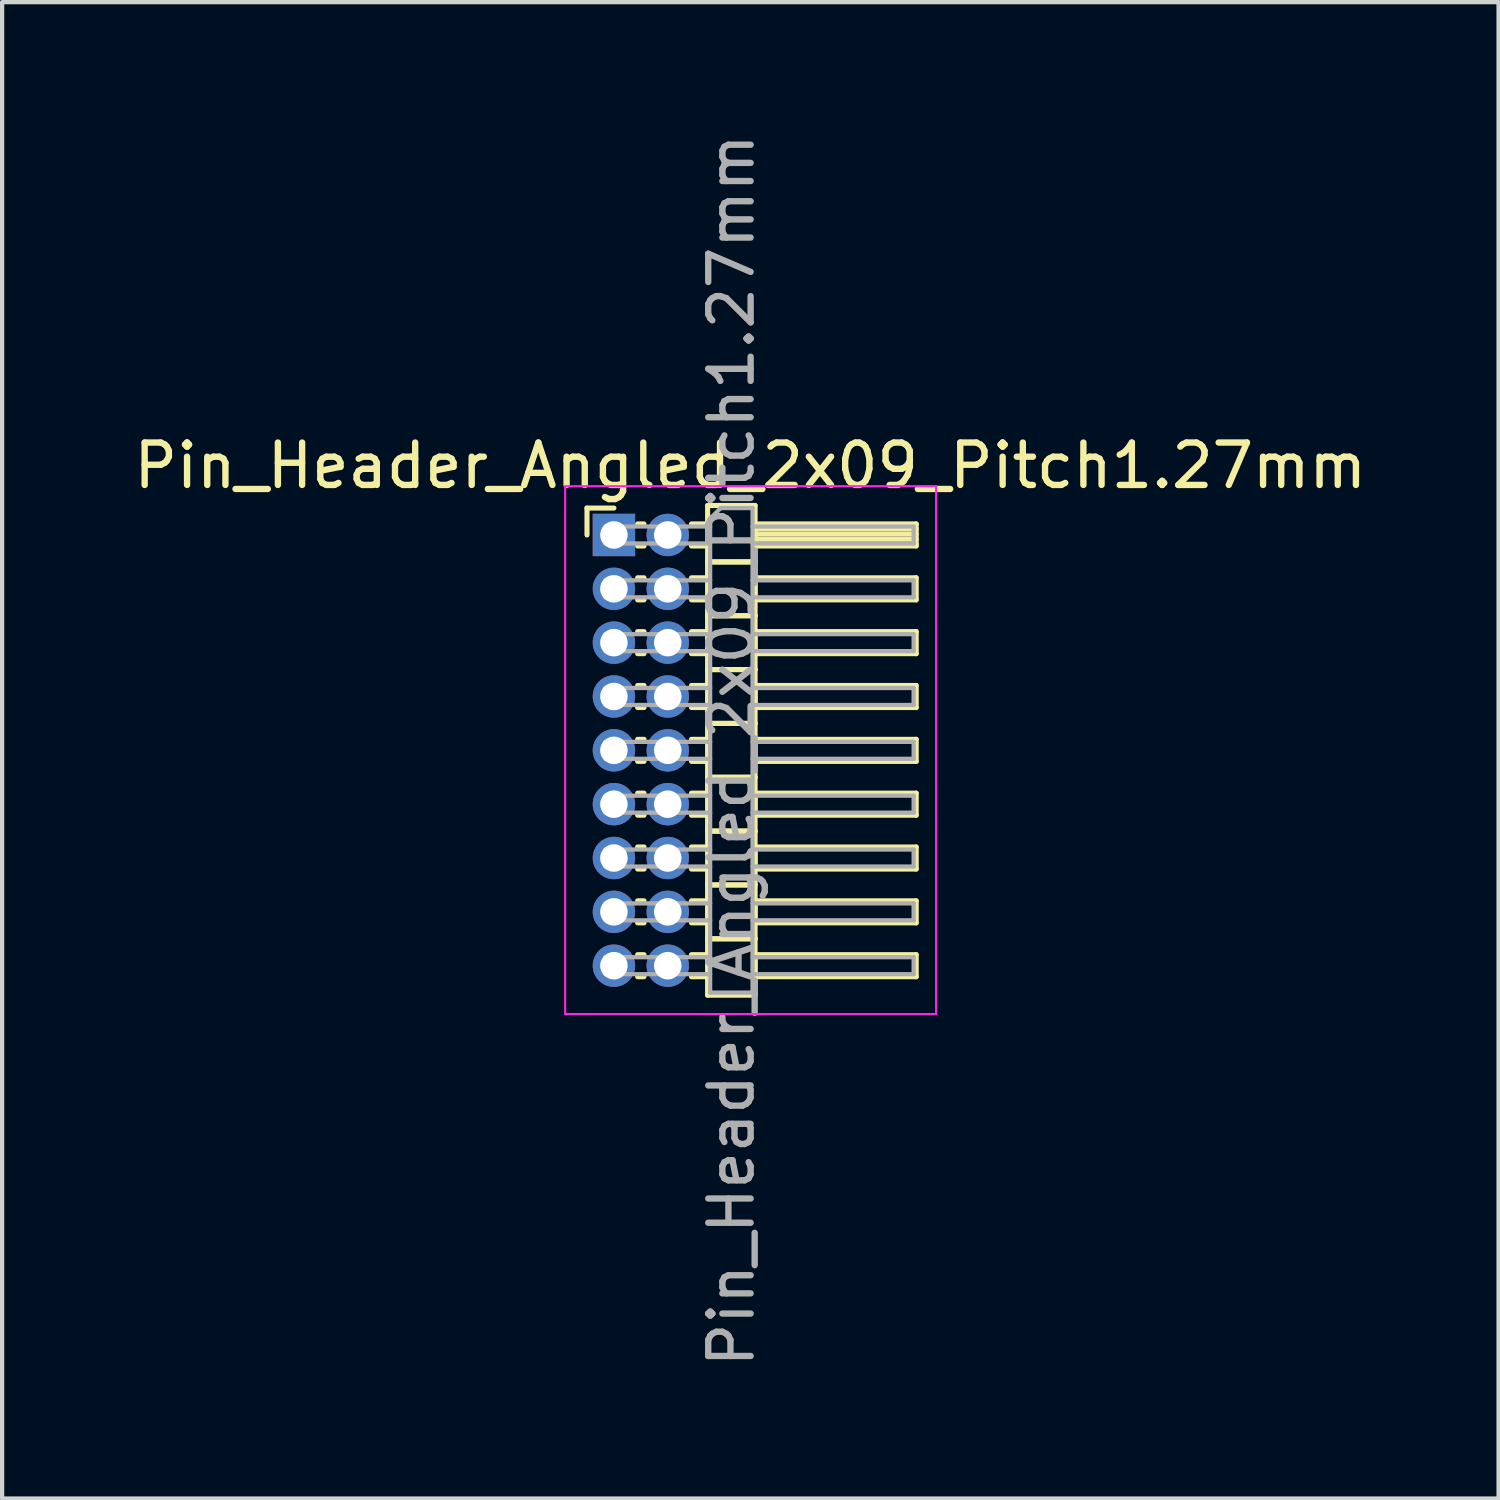
<source format=kicad_pcb>
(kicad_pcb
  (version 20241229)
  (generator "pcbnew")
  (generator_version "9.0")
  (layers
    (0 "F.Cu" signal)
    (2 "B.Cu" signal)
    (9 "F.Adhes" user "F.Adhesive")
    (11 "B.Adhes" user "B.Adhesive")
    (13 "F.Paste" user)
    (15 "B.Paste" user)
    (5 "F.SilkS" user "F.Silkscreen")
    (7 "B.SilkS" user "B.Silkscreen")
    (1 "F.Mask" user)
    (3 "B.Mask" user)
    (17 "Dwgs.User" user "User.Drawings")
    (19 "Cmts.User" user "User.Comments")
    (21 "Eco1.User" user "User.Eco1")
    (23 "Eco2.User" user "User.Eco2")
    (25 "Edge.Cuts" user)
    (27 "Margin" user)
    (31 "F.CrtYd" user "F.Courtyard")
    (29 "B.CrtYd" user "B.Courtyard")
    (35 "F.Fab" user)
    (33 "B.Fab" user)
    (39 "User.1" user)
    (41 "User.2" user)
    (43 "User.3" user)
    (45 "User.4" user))
  (footprint "Pin_Header_Angled_2x09_Pitch1.27mm"
    (layer "F.Cu")
    (at 11.431 9.569)
    (property "Reference" "Pin_Header_Angled_2x09_Pitch1.27mm" (at 3.217 -1.635 0) (layer "F.SilkS") (effects (font (size 1 1) (thickness 0.15))))
    (attr through_hole)
    (fp_line (start -0.635 -0.635) (end 0 -0.635) (stroke (width 0.12) (type solid)) (layer "F.SilkS"))
    (fp_line (start -0.635 0) (end -0.635 -0.635) (stroke (width 0.12) (type solid)) (layer "F.SilkS"))
    (fp_line (start 0.56 -0.26) (end 0.71 -0.26) (stroke (width 0.12) (type solid)) (layer "F.SilkS"))
    (fp_line (start 0.56 0.26) (end 0.71 0.26) (stroke (width 0.12) (type solid)) (layer "F.SilkS"))
    (fp_line (start 0.56 1.01) (end 0.71 1.01) (stroke (width 0.12) (type solid)) (layer "F.SilkS"))
    (fp_line (start 0.56 1.53) (end 0.71 1.53) (stroke (width 0.12) (type solid)) (layer "F.SilkS"))
    (fp_line (start 0.56 2.28) (end 0.71 2.28) (stroke (width 0.12) (type solid)) (layer "F.SilkS"))
    (fp_line (start 0.56 2.8) (end 0.71 2.8) (stroke (width 0.12) (type solid)) (layer "F.SilkS"))
    (fp_line (start 0.56 3.55) (end 0.71 3.55) (stroke (width 0.12) (type solid)) (layer "F.SilkS"))
    (fp_line (start 0.56 4.07) (end 0.71 4.07) (stroke (width 0.12) (type solid)) (layer "F.SilkS"))
    (fp_line (start 0.56 4.82) (end 0.71 4.82) (stroke (width 0.12) (type solid)) (layer "F.SilkS"))
    (fp_line (start 0.56 5.34) (end 0.71 5.34) (stroke (width 0.12) (type solid)) (layer "F.SilkS"))
    (fp_line (start 0.56 6.09) (end 0.71 6.09) (stroke (width 0.12) (type solid)) (layer "F.SilkS"))
    (fp_line (start 0.56 6.61) (end 0.71 6.61) (stroke (width 0.12) (type solid)) (layer "F.SilkS"))
    (fp_line (start 0.56 7.36) (end 0.71 7.36) (stroke (width 0.12) (type solid)) (layer "F.SilkS"))
    (fp_line (start 0.56 7.88) (end 0.71 7.88) (stroke (width 0.12) (type solid)) (layer "F.SilkS"))
    (fp_line (start 0.56 8.63) (end 0.71 8.63) (stroke (width 0.12) (type solid)) (layer "F.SilkS"))
    (fp_line (start 0.56 9.15) (end 0.71 9.15) (stroke (width 0.12) (type solid)) (layer "F.SilkS"))
    (fp_line (start 0.56 9.9) (end 0.71 9.9) (stroke (width 0.12) (type solid)) (layer "F.SilkS"))
    (fp_line (start 0.56 10.42) (end 0.71 10.42) (stroke (width 0.12) (type solid)) (layer "F.SilkS"))
    (fp_line (start 1.83 -0.26) (end 2.21 -0.26) (stroke (width 0.12) (type solid)) (layer "F.SilkS"))
    (fp_line (start 1.83 0.26) (end 2.21 0.26) (stroke (width 0.12) (type solid)) (layer "F.SilkS"))
    (fp_line (start 1.83 1.01) (end 2.21 1.01) (stroke (width 0.12) (type solid)) (layer "F.SilkS"))
    (fp_line (start 1.83 1.53) (end 2.21 1.53) (stroke (width 0.12) (type solid)) (layer "F.SilkS"))
    (fp_line (start 1.83 2.28) (end 2.21 2.28) (stroke (width 0.12) (type solid)) (layer "F.SilkS"))
    (fp_line (start 1.83 2.8) (end 2.21 2.8) (stroke (width 0.12) (type solid)) (layer "F.SilkS"))
    (fp_line (start 1.83 3.55) (end 2.21 3.55) (stroke (width 0.12) (type solid)) (layer "F.SilkS"))
    (fp_line (start 1.83 4.07) (end 2.21 4.07) (stroke (width 0.12) (type solid)) (layer "F.SilkS"))
    (fp_line (start 1.83 4.82) (end 2.21 4.82) (stroke (width 0.12) (type solid)) (layer "F.SilkS"))
    (fp_line (start 1.83 5.34) (end 2.21 5.34) (stroke (width 0.12) (type solid)) (layer "F.SilkS"))
    (fp_line (start 1.83 6.09) (end 2.21 6.09) (stroke (width 0.12) (type solid)) (layer "F.SilkS"))
    (fp_line (start 1.83 6.61) (end 2.21 6.61) (stroke (width 0.12) (type solid)) (layer "F.SilkS"))
    (fp_line (start 1.83 7.36) (end 2.21 7.36) (stroke (width 0.12) (type solid)) (layer "F.SilkS"))
    (fp_line (start 1.83 7.88) (end 2.21 7.88) (stroke (width 0.12) (type solid)) (layer "F.SilkS"))
    (fp_line (start 1.83 8.63) (end 2.21 8.63) (stroke (width 0.12) (type solid)) (layer "F.SilkS"))
    (fp_line (start 1.83 9.15) (end 2.21 9.15) (stroke (width 0.12) (type solid)) (layer "F.SilkS"))
    (fp_line (start 1.83 9.9) (end 2.21 9.9) (stroke (width 0.12) (type solid)) (layer "F.SilkS"))
    (fp_line (start 1.83 10.42) (end 2.21 10.42) (stroke (width 0.12) (type solid)) (layer "F.SilkS"))
    (fp_line (start 2.21 -0.695) (end 2.21 0.635) (stroke (width 0.12) (type solid)) (layer "F.SilkS"))
    (fp_line (start 2.21 0.635) (end 2.21 1.905) (stroke (width 0.12) (type solid)) (layer "F.SilkS"))
    (fp_line (start 2.21 0.635) (end 3.33 0.635) (stroke (width 0.12) (type solid)) (layer "F.SilkS"))
    (fp_line (start 2.21 1.905) (end 2.21 3.175) (stroke (width 0.12) (type solid)) (layer "F.SilkS"))
    (fp_line (start 2.21 1.905) (end 3.33 1.905) (stroke (width 0.12) (type solid)) (layer "F.SilkS"))
    (fp_line (start 2.21 3.175) (end 2.21 4.445) (stroke (width 0.12) (type solid)) (layer "F.SilkS"))
    (fp_line (start 2.21 3.175) (end 3.33 3.175) (stroke (width 0.12) (type solid)) (layer "F.SilkS"))
    (fp_line (start 2.21 4.445) (end 2.21 5.715) (stroke (width 0.12) (type solid)) (layer "F.SilkS"))
    (fp_line (start 2.21 4.445) (end 3.33 4.445) (stroke (width 0.12) (type solid)) (layer "F.SilkS"))
    (fp_line (start 2.21 5.715) (end 2.21 6.985) (stroke (width 0.12) (type solid)) (layer "F.SilkS"))
    (fp_line (start 2.21 5.715) (end 3.33 5.715) (stroke (width 0.12) (type solid)) (layer "F.SilkS"))
    (fp_line (start 2.21 6.985) (end 2.21 8.255) (stroke (width 0.12) (type solid)) (layer "F.SilkS"))
    (fp_line (start 2.21 6.985) (end 3.33 6.985) (stroke (width 0.12) (type solid)) (layer "F.SilkS"))
    (fp_line (start 2.21 8.255) (end 2.21 9.525) (stroke (width 0.12) (type solid)) (layer "F.SilkS"))
    (fp_line (start 2.21 8.255) (end 3.33 8.255) (stroke (width 0.12) (type solid)) (layer "F.SilkS"))
    (fp_line (start 2.21 9.525) (end 2.21 10.855) (stroke (width 0.12) (type solid)) (layer "F.SilkS"))
    (fp_line (start 2.21 9.525) (end 3.33 9.525) (stroke (width 0.12) (type solid)) (layer "F.SilkS"))
    (fp_line (start 2.21 10.855) (end 3.33 10.855) (stroke (width 0.12) (type solid)) (layer "F.SilkS"))
    (fp_line (start 3.33 -0.695) (end 2.21 -0.695) (stroke (width 0.12) (type solid)) (layer "F.SilkS"))
    (fp_line (start 3.33 -0.26) (end 3.33 0.26) (stroke (width 0.12) (type solid)) (layer "F.SilkS"))
    (fp_line (start 3.33 -0.14) (end 7.13 -0.14) (stroke (width 0.12) (type solid)) (layer "F.SilkS"))
    (fp_line (start 3.33 -0.02) (end 7.13 -0.02) (stroke (width 0.12) (type solid)) (layer "F.SilkS"))
    (fp_line (start 3.33 0.1) (end 7.13 0.1) (stroke (width 0.12) (type solid)) (layer "F.SilkS"))
    (fp_line (start 3.33 0.22) (end 7.13 0.22) (stroke (width 0.12) (type solid)) (layer "F.SilkS"))
    (fp_line (start 3.33 0.26) (end 7.13 0.26) (stroke (width 0.12) (type solid)) (layer "F.SilkS"))
    (fp_line (start 3.33 0.635) (end 2.21 0.635) (stroke (width 0.12) (type solid)) (layer "F.SilkS"))
    (fp_line (start 3.33 0.635) (end 3.33 -0.695) (stroke (width 0.12) (type solid)) (layer "F.SilkS"))
    (fp_line (start 3.33 1.01) (end 3.33 1.53) (stroke (width 0.12) (type solid)) (layer "F.SilkS"))
    (fp_line (start 3.33 1.53) (end 7.13 1.53) (stroke (width 0.12) (type solid)) (layer "F.SilkS"))
    (fp_line (start 3.33 1.905) (end 2.21 1.905) (stroke (width 0.12) (type solid)) (layer "F.SilkS"))
    (fp_line (start 3.33 1.905) (end 3.33 0.635) (stroke (width 0.12) (type solid)) (layer "F.SilkS"))
    (fp_line (start 3.33 2.28) (end 3.33 2.8) (stroke (width 0.12) (type solid)) (layer "F.SilkS"))
    (fp_line (start 3.33 2.8) (end 7.13 2.8) (stroke (width 0.12) (type solid)) (layer "F.SilkS"))
    (fp_line (start 3.33 3.175) (end 2.21 3.175) (stroke (width 0.12) (type solid)) (layer "F.SilkS"))
    (fp_line (start 3.33 3.175) (end 3.33 1.905) (stroke (width 0.12) (type solid)) (layer "F.SilkS"))
    (fp_line (start 3.33 3.55) (end 3.33 4.07) (stroke (width 0.12) (type solid)) (layer "F.SilkS"))
    (fp_line (start 3.33 4.07) (end 7.13 4.07) (stroke (width 0.12) (type solid)) (layer "F.SilkS"))
    (fp_line (start 3.33 4.445) (end 2.21 4.445) (stroke (width 0.12) (type solid)) (layer "F.SilkS"))
    (fp_line (start 3.33 4.445) (end 3.33 3.175) (stroke (width 0.12) (type solid)) (layer "F.SilkS"))
    (fp_line (start 3.33 4.82) (end 3.33 5.34) (stroke (width 0.12) (type solid)) (layer "F.SilkS"))
    (fp_line (start 3.33 5.34) (end 7.13 5.34) (stroke (width 0.12) (type solid)) (layer "F.SilkS"))
    (fp_line (start 3.33 5.715) (end 2.21 5.715) (stroke (width 0.12) (type solid)) (layer "F.SilkS"))
    (fp_line (start 3.33 5.715) (end 3.33 4.445) (stroke (width 0.12) (type solid)) (layer "F.SilkS"))
    (fp_line (start 3.33 6.09) (end 3.33 6.61) (stroke (width 0.12) (type solid)) (layer "F.SilkS"))
    (fp_line (start 3.33 6.61) (end 7.13 6.61) (stroke (width 0.12) (type solid)) (layer "F.SilkS"))
    (fp_line (start 3.33 6.985) (end 2.21 6.985) (stroke (width 0.12) (type solid)) (layer "F.SilkS"))
    (fp_line (start 3.33 6.985) (end 3.33 5.715) (stroke (width 0.12) (type solid)) (layer "F.SilkS"))
    (fp_line (start 3.33 7.36) (end 3.33 7.88) (stroke (width 0.12) (type solid)) (layer "F.SilkS"))
    (fp_line (start 3.33 7.88) (end 7.13 7.88) (stroke (width 0.12) (type solid)) (layer "F.SilkS"))
    (fp_line (start 3.33 8.255) (end 2.21 8.255) (stroke (width 0.12) (type solid)) (layer "F.SilkS"))
    (fp_line (start 3.33 8.255) (end 3.33 6.985) (stroke (width 0.12) (type solid)) (layer "F.SilkS"))
    (fp_line (start 3.33 8.63) (end 3.33 9.15) (stroke (width 0.12) (type solid)) (layer "F.SilkS"))
    (fp_line (start 3.33 9.15) (end 7.13 9.15) (stroke (width 0.12) (type solid)) (layer "F.SilkS"))
    (fp_line (start 3.33 9.525) (end 2.21 9.525) (stroke (width 0.12) (type solid)) (layer "F.SilkS"))
    (fp_line (start 3.33 9.525) (end 3.33 8.255) (stroke (width 0.12) (type solid)) (layer "F.SilkS"))
    (fp_line (start 3.33 9.9) (end 3.33 10.42) (stroke (width 0.12) (type solid)) (layer "F.SilkS"))
    (fp_line (start 3.33 10.42) (end 7.13 10.42) (stroke (width 0.12) (type solid)) (layer "F.SilkS"))
    (fp_line (start 3.33 10.855) (end 3.33 9.525) (stroke (width 0.12) (type solid)) (layer "F.SilkS"))
    (fp_line (start 7.13 -0.26) (end 3.33 -0.26) (stroke (width 0.12) (type solid)) (layer "F.SilkS"))
    (fp_line (start 7.13 0.26) (end 7.13 -0.26) (stroke (width 0.12) (type solid)) (layer "F.SilkS"))
    (fp_line (start 7.13 1.01) (end 3.33 1.01) (stroke (width 0.12) (type solid)) (layer "F.SilkS"))
    (fp_line (start 7.13 1.53) (end 7.13 1.01) (stroke (width 0.12) (type solid)) (layer "F.SilkS"))
    (fp_line (start 7.13 2.28) (end 3.33 2.28) (stroke (width 0.12) (type solid)) (layer "F.SilkS"))
    (fp_line (start 7.13 2.8) (end 7.13 2.28) (stroke (width 0.12) (type solid)) (layer "F.SilkS"))
    (fp_line (start 7.13 3.55) (end 3.33 3.55) (stroke (width 0.12) (type solid)) (layer "F.SilkS"))
    (fp_line (start 7.13 4.07) (end 7.13 3.55) (stroke (width 0.12) (type solid)) (layer "F.SilkS"))
    (fp_line (start 7.13 4.82) (end 3.33 4.82) (stroke (width 0.12) (type solid)) (layer "F.SilkS"))
    (fp_line (start 7.13 5.34) (end 7.13 4.82) (stroke (width 0.12) (type solid)) (layer "F.SilkS"))
    (fp_line (start 7.13 6.09) (end 3.33 6.09) (stroke (width 0.12) (type solid)) (layer "F.SilkS"))
    (fp_line (start 7.13 6.61) (end 7.13 6.09) (stroke (width 0.12) (type solid)) (layer "F.SilkS"))
    (fp_line (start 7.13 7.36) (end 3.33 7.36) (stroke (width 0.12) (type solid)) (layer "F.SilkS"))
    (fp_line (start 7.13 7.88) (end 7.13 7.36) (stroke (width 0.12) (type solid)) (layer "F.SilkS"))
    (fp_line (start 7.13 8.63) (end 3.33 8.63) (stroke (width 0.12) (type solid)) (layer "F.SilkS"))
    (fp_line (start 7.13 9.15) (end 7.13 8.63) (stroke (width 0.12) (type solid)) (layer "F.SilkS"))
    (fp_line (start 7.13 9.9) (end 3.33 9.9) (stroke (width 0.12) (type solid)) (layer "F.SilkS"))
    (fp_line (start 7.13 10.42) (end 7.13 9.9) (stroke (width 0.12) (type solid)) (layer "F.SilkS"))
    (fp_line (start -1.15 -1.15) (end -1.15 11.3) (stroke (width 0.05) (type solid)) (layer "F.CrtYd"))
    (fp_line (start -1.15 11.3) (end 7.6 11.3) (stroke (width 0.05) (type solid)) (layer "F.CrtYd"))
    (fp_line (start 7.6 -1.15) (end -1.15 -1.15) (stroke (width 0.05) (type solid)) (layer "F.CrtYd"))
    (fp_line (start 7.6 11.3) (end 7.6 -1.15) (stroke (width 0.05) (type solid)) (layer "F.CrtYd"))
    (fp_line (start -0.2 -0.2) (end -0.2 0.2) (stroke (width 0.1) (type solid)) (layer "F.Fab"))
    (fp_line (start -0.2 -0.2) (end 2.27 -0.2) (stroke (width 0.1) (type solid)) (layer "F.Fab"))
    (fp_line (start -0.2 0.2) (end 2.27 0.2) (stroke (width 0.1) (type solid)) (layer "F.Fab"))
    (fp_line (start -0.2 1.07) (end -0.2 1.47) (stroke (width 0.1) (type solid)) (layer "F.Fab"))
    (fp_line (start -0.2 1.07) (end 2.27 1.07) (stroke (width 0.1) (type solid)) (layer "F.Fab"))
    (fp_line (start -0.2 1.47) (end 2.27 1.47) (stroke (width 0.1) (type solid)) (layer "F.Fab"))
    (fp_line (start -0.2 2.34) (end -0.2 2.74) (stroke (width 0.1) (type solid)) (layer "F.Fab"))
    (fp_line (start -0.2 2.34) (end 2.27 2.34) (stroke (width 0.1) (type solid)) (layer "F.Fab"))
    (fp_line (start -0.2 2.74) (end 2.27 2.74) (stroke (width 0.1) (type solid)) (layer "F.Fab"))
    (fp_line (start -0.2 3.61) (end -0.2 4.01) (stroke (width 0.1) (type solid)) (layer "F.Fab"))
    (fp_line (start -0.2 3.61) (end 2.27 3.61) (stroke (width 0.1) (type solid)) (layer "F.Fab"))
    (fp_line (start -0.2 4.01) (end 2.27 4.01) (stroke (width 0.1) (type solid)) (layer "F.Fab"))
    (fp_line (start -0.2 4.88) (end -0.2 5.28) (stroke (width 0.1) (type solid)) (layer "F.Fab"))
    (fp_line (start -0.2 4.88) (end 2.27 4.88) (stroke (width 0.1) (type solid)) (layer "F.Fab"))
    (fp_line (start -0.2 5.28) (end 2.27 5.28) (stroke (width 0.1) (type solid)) (layer "F.Fab"))
    (fp_line (start -0.2 6.15) (end -0.2 6.55) (stroke (width 0.1) (type solid)) (layer "F.Fab"))
    (fp_line (start -0.2 6.15) (end 2.27 6.15) (stroke (width 0.1) (type solid)) (layer "F.Fab"))
    (fp_line (start -0.2 6.55) (end 2.27 6.55) (stroke (width 0.1) (type solid)) (layer "F.Fab"))
    (fp_line (start -0.2 7.42) (end -0.2 7.82) (stroke (width 0.1) (type solid)) (layer "F.Fab"))
    (fp_line (start -0.2 7.42) (end 2.27 7.42) (stroke (width 0.1) (type solid)) (layer "F.Fab"))
    (fp_line (start -0.2 7.82) (end 2.27 7.82) (stroke (width 0.1) (type solid)) (layer "F.Fab"))
    (fp_line (start -0.2 8.69) (end -0.2 9.09) (stroke (width 0.1) (type solid)) (layer "F.Fab"))
    (fp_line (start -0.2 8.69) (end 2.27 8.69) (stroke (width 0.1) (type solid)) (layer "F.Fab"))
    (fp_line (start -0.2 9.09) (end 2.27 9.09) (stroke (width 0.1) (type solid)) (layer "F.Fab"))
    (fp_line (start -0.2 9.96) (end -0.2 10.36) (stroke (width 0.1) (type solid)) (layer "F.Fab"))
    (fp_line (start -0.2 9.96) (end 2.27 9.96) (stroke (width 0.1) (type solid)) (layer "F.Fab"))
    (fp_line (start -0.2 10.36) (end 2.27 10.36) (stroke (width 0.1) (type solid)) (layer "F.Fab"))
    (fp_line (start 2.27 -0.385) (end 2.52 -0.635) (stroke (width 0.1) (type solid)) (layer "F.Fab"))
    (fp_line (start 2.27 10.795) (end 2.27 -0.385) (stroke (width 0.1) (type solid)) (layer "F.Fab"))
    (fp_line (start 2.52 -0.635) (end 3.27 -0.635) (stroke (width 0.1) (type solid)) (layer "F.Fab"))
    (fp_line (start 3.27 -0.635) (end 3.27 10.795) (stroke (width 0.1) (type solid)) (layer "F.Fab"))
    (fp_line (start 3.27 -0.2) (end 7.07 -0.2) (stroke (width 0.1) (type solid)) (layer "F.Fab"))
    (fp_line (start 3.27 0.2) (end 7.07 0.2) (stroke (width 0.1) (type solid)) (layer "F.Fab"))
    (fp_line (start 3.27 1.07) (end 7.07 1.07) (stroke (width 0.1) (type solid)) (layer "F.Fab"))
    (fp_line (start 3.27 1.47) (end 7.07 1.47) (stroke (width 0.1) (type solid)) (layer "F.Fab"))
    (fp_line (start 3.27 2.34) (end 7.07 2.34) (stroke (width 0.1) (type solid)) (layer "F.Fab"))
    (fp_line (start 3.27 2.74) (end 7.07 2.74) (stroke (width 0.1) (type solid)) (layer "F.Fab"))
    (fp_line (start 3.27 3.61) (end 7.07 3.61) (stroke (width 0.1) (type solid)) (layer "F.Fab"))
    (fp_line (start 3.27 4.01) (end 7.07 4.01) (stroke (width 0.1) (type solid)) (layer "F.Fab"))
    (fp_line (start 3.27 4.88) (end 7.07 4.88) (stroke (width 0.1) (type solid)) (layer "F.Fab"))
    (fp_line (start 3.27 5.28) (end 7.07 5.28) (stroke (width 0.1) (type solid)) (layer "F.Fab"))
    (fp_line (start 3.27 6.15) (end 7.07 6.15) (stroke (width 0.1) (type solid)) (layer "F.Fab"))
    (fp_line (start 3.27 6.55) (end 7.07 6.55) (stroke (width 0.1) (type solid)) (layer "F.Fab"))
    (fp_line (start 3.27 7.42) (end 7.07 7.42) (stroke (width 0.1) (type solid)) (layer "F.Fab"))
    (fp_line (start 3.27 7.82) (end 7.07 7.82) (stroke (width 0.1) (type solid)) (layer "F.Fab"))
    (fp_line (start 3.27 8.69) (end 7.07 8.69) (stroke (width 0.1) (type solid)) (layer "F.Fab"))
    (fp_line (start 3.27 9.09) (end 7.07 9.09) (stroke (width 0.1) (type solid)) (layer "F.Fab"))
    (fp_line (start 3.27 9.96) (end 7.07 9.96) (stroke (width 0.1) (type solid)) (layer "F.Fab"))
    (fp_line (start 3.27 10.36) (end 7.07 10.36) (stroke (width 0.1) (type solid)) (layer "F.Fab"))
    (fp_line (start 3.27 10.795) (end 2.27 10.795) (stroke (width 0.1) (type solid)) (layer "F.Fab"))
    (fp_line (start 7.07 -0.2) (end 7.07 0.2) (stroke (width 0.1) (type solid)) (layer "F.Fab"))
    (fp_line (start 7.07 1.07) (end 7.07 1.47) (stroke (width 0.1) (type solid)) (layer "F.Fab"))
    (fp_line (start 7.07 2.34) (end 7.07 2.74) (stroke (width 0.1) (type solid)) (layer "F.Fab"))
    (fp_line (start 7.07 3.61) (end 7.07 4.01) (stroke (width 0.1) (type solid)) (layer "F.Fab"))
    (fp_line (start 7.07 4.88) (end 7.07 5.28) (stroke (width 0.1) (type solid)) (layer "F.Fab"))
    (fp_line (start 7.07 6.15) (end 7.07 6.55) (stroke (width 0.1) (type solid)) (layer "F.Fab"))
    (fp_line (start 7.07 7.42) (end 7.07 7.82) (stroke (width 0.1) (type solid)) (layer "F.Fab"))
    (fp_line (start 7.07 8.69) (end 7.07 9.09) (stroke (width 0.1) (type solid)) (layer "F.Fab"))
    (fp_line (start 7.07 9.96) (end 7.07 10.36) (stroke (width 0.1) (type solid)) (layer "F.Fab"))
    (fp_text user "${REFERENCE}" (at 2.77 5.08 90) (layer "F.Fab") (effects (font (size 1 1) (thickness 0.15))))
    (pad "1" thru_hole rect (at 0 0) (size 1 1) (drill 0.65) (layers "*.Cu" "*.Mask"))
    (pad "2" thru_hole oval (at 1.27 0) (size 1 1) (drill 0.65) (layers "*.Cu" "*.Mask"))
    (pad "3" thru_hole oval (at 0 1.27) (size 1 1) (drill 0.65) (layers "*.Cu" "*.Mask"))
    (pad "4" thru_hole oval (at 1.27 1.27) (size 1 1) (drill 0.65) (layers "*.Cu" "*.Mask"))
    (pad "5" thru_hole oval (at 0 2.54) (size 1 1) (drill 0.65) (layers "*.Cu" "*.Mask"))
    (pad "6" thru_hole oval (at 1.27 2.54) (size 1 1) (drill 0.65) (layers "*.Cu" "*.Mask"))
    (pad "7" thru_hole oval (at 0 3.81) (size 1 1) (drill 0.65) (layers "*.Cu" "*.Mask"))
    (pad "8" thru_hole oval (at 1.27 3.81) (size 1 1) (drill 0.65) (layers "*.Cu" "*.Mask"))
    (pad "9" thru_hole oval (at 0 5.08) (size 1 1) (drill 0.65) (layers "*.Cu" "*.Mask"))
    (pad "10" thru_hole oval (at 1.27 5.08) (size 1 1) (drill 0.65) (layers "*.Cu" "*.Mask"))
    (pad "11" thru_hole oval (at 0 6.35) (size 1 1) (drill 0.65) (layers "*.Cu" "*.Mask"))
    (pad "12" thru_hole oval (at 1.27 6.35) (size 1 1) (drill 0.65) (layers "*.Cu" "*.Mask"))
    (pad "13" thru_hole oval (at 0 7.62) (size 1 1) (drill 0.65) (layers "*.Cu" "*.Mask"))
    (pad "14" thru_hole oval (at 1.27 7.62) (size 1 1) (drill 0.65) (layers "*.Cu" "*.Mask"))
    (pad "15" thru_hole oval (at 0 8.89) (size 1 1) (drill 0.65) (layers "*.Cu" "*.Mask"))
    (pad "16" thru_hole oval (at 1.27 8.89) (size 1 1) (drill 0.65) (layers "*.Cu" "*.Mask"))
    (pad "17" thru_hole oval (at 0 10.16) (size 1 1) (drill 0.65) (layers "*.Cu" "*.Mask"))
    (pad "18" thru_hole oval (at 1.27 10.16) (size 1 1) (drill 0.65) (layers "*.Cu" "*.Mask")))
  (gr_rect
    (start -3 -3)
    (end 32.298 32.298)
    (stroke (width 0.1) (type default))
    (fill no)
    (layer "Edge.Cuts")))
</source>
